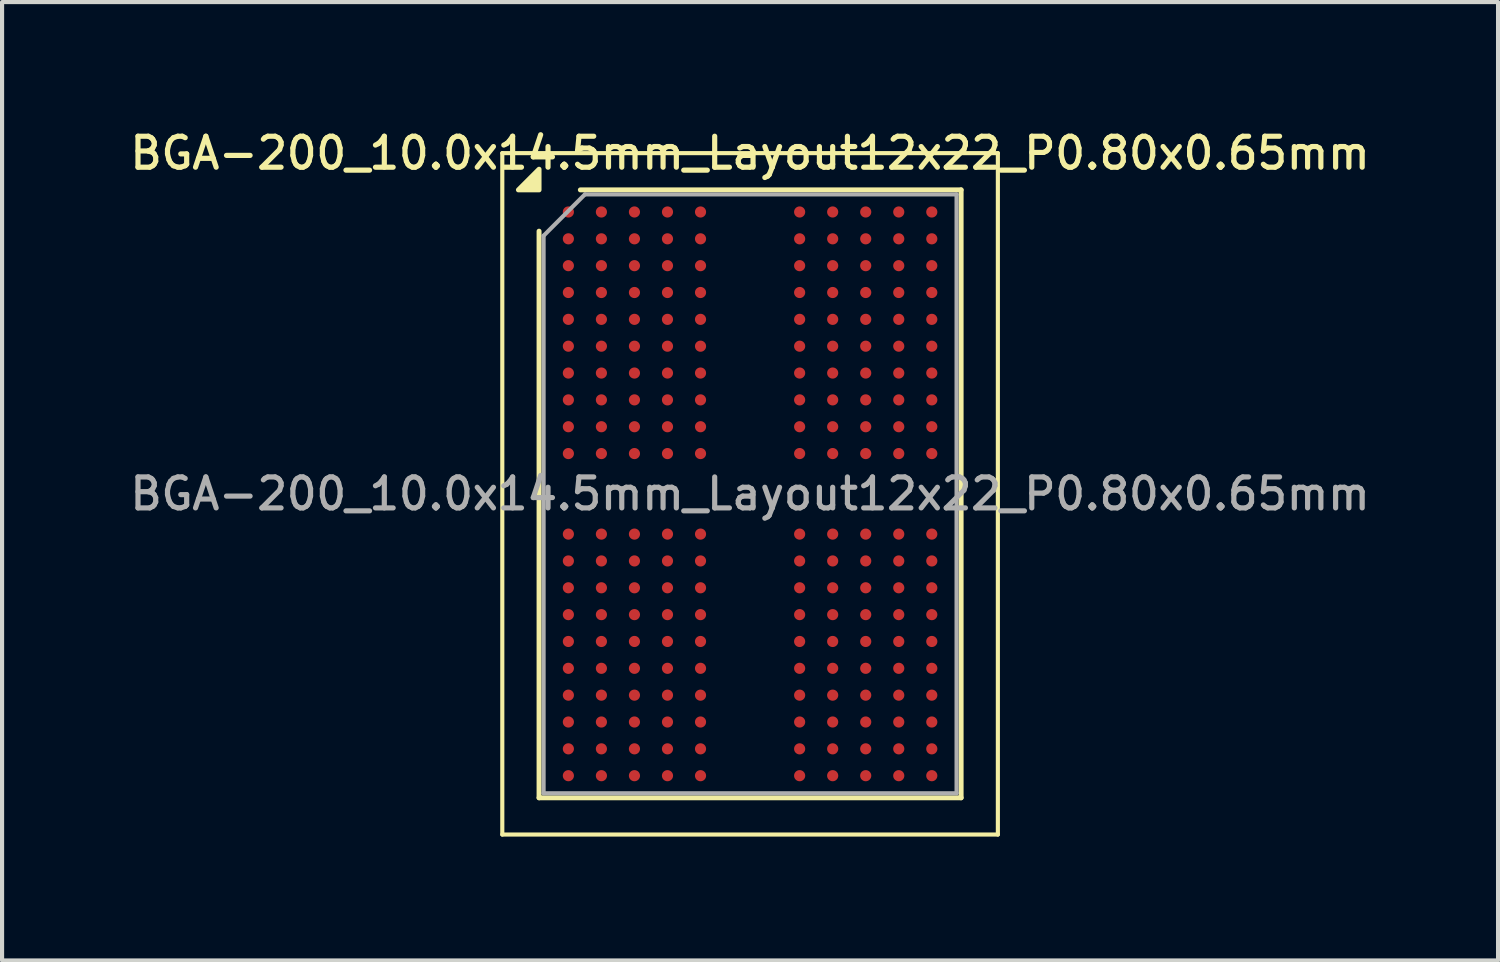
<source format=kicad_pcb>
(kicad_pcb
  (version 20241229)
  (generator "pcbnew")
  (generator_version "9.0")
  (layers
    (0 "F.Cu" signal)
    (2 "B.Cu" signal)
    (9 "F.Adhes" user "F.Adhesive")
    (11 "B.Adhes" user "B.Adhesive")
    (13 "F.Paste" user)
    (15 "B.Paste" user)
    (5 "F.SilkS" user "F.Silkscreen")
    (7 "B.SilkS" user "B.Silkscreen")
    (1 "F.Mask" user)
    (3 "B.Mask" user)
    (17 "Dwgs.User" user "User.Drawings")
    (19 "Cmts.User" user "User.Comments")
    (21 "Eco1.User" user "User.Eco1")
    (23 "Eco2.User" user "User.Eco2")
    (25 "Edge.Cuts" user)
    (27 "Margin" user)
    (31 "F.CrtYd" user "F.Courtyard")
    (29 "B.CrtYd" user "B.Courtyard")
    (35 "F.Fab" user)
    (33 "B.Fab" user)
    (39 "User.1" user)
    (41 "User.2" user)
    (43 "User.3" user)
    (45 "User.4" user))
  (footprint "BGA-200_10.0x14.5mm_Layout12x22_P0.80x0.65mm"
    (layer "F.Cu")
    (at 15.113 8.908)
    (property "Reference" "BGA-200_10.0x14.5mm_Layout12x22_P0.80x0.65mm" (at 0 -8.25 0) (layer "F.SilkS") (effects (font (size 0.75 0.75) (thickness 0.125))))
    (attr smd)
    (fp_line (start -6 -8.25) (end -6 8.25) (stroke (width 0.1) (type solid)) (layer "F.SilkS"))
    (fp_line (start -6 8.25) (end 6 8.25) (stroke (width 0.1) (type solid)) (layer "F.SilkS"))
    (fp_line (start -5.11 7.36) (end -5.11 -6.36) (stroke (width 0.12) (type solid)) (layer "F.SilkS"))
    (fp_line (start -4.11 -7.36) (end 5.11 -7.36) (stroke (width 0.12) (type solid)) (layer "F.SilkS"))
    (fp_line (start 5.11 -7.36) (end 5.11 7.36) (stroke (width 0.12) (type solid)) (layer "F.SilkS"))
    (fp_line (start 5.11 7.36) (end -5.11 7.36) (stroke (width 0.12) (type solid)) (layer "F.SilkS"))
    (fp_line (start 6 -8.25) (end -6 -8.25) (stroke (width 0.1) (type solid)) (layer "F.SilkS"))
    (fp_line (start 6 8.25) (end 6 -8.25) (stroke (width 0.1) (type solid)) (layer "F.SilkS"))
    (fp_poly (pts (xy -5.11 -7.36) (xy -5.61 -7.36) (xy -5.11 -7.86) (xy -5.11 -7.36)) (stroke (width 0.12) (type solid)) (fill yes) (layer "F.SilkS"))
    (fp_line (start -5 -6.25) (end -4 -7.25) (stroke (width 0.1) (type solid)) (layer "F.Fab"))
    (fp_line (start -5 7.25) (end -5 -6.25) (stroke (width 0.1) (type solid)) (layer "F.Fab"))
    (fp_line (start -4 -7.25) (end 5 -7.25) (stroke (width 0.1) (type solid)) (layer "F.Fab"))
    (fp_line (start 5 -7.25) (end 5 7.25) (stroke (width 0.1) (type solid)) (layer "F.Fab"))
    (fp_line (start 5 7.25) (end -5 7.25) (stroke (width 0.1) (type solid)) (layer "F.Fab"))
    (fp_text user "${REFERENCE}" (at 0 0 0) (layer "F.Fab") (effects (font (size 0.75 0.75) (thickness 0.125))))
    (pad "A1" smd circle (at -4.4 -6.825) (size 0.27 0.27) (property pad_prop_bga) (layers "F.Cu" "F.Mask" "F.Paste"))
    (pad "A2" smd circle (at -3.6 -6.825) (size 0.27 0.27) (property pad_prop_bga) (layers "F.Cu" "F.Mask" "F.Paste"))
    (pad "A3" smd circle (at -2.8 -6.825) (size 0.27 0.27) (property pad_prop_bga) (layers "F.Cu" "F.Mask" "F.Paste"))
    (pad "A4" smd circle (at -2 -6.825) (size 0.27 0.27) (property pad_prop_bga) (layers "F.Cu" "F.Mask" "F.Paste"))
    (pad "A5" smd circle (at -1.2 -6.825) (size 0.27 0.27) (property pad_prop_bga) (layers "F.Cu" "F.Mask" "F.Paste"))
    (pad "A8" smd circle (at 1.2 -6.825) (size 0.27 0.27) (property pad_prop_bga) (layers "F.Cu" "F.Mask" "F.Paste"))
    (pad "A9" smd circle (at 2 -6.825) (size 0.27 0.27) (property pad_prop_bga) (layers "F.Cu" "F.Mask" "F.Paste"))
    (pad "A10" smd circle (at 2.8 -6.825) (size 0.27 0.27) (property pad_prop_bga) (layers "F.Cu" "F.Mask" "F.Paste"))
    (pad "A11" smd circle (at 3.6 -6.825) (size 0.27 0.27) (property pad_prop_bga) (layers "F.Cu" "F.Mask" "F.Paste"))
    (pad "A12" smd circle (at 4.4 -6.825) (size 0.27 0.27) (property pad_prop_bga) (layers "F.Cu" "F.Mask" "F.Paste"))
    (pad "AA1" smd circle (at -4.4 6.175) (size 0.27 0.27) (property pad_prop_bga) (layers "F.Cu" "F.Mask" "F.Paste"))
    (pad "AA2" smd circle (at -3.6 6.175) (size 0.27 0.27) (property pad_prop_bga) (layers "F.Cu" "F.Mask" "F.Paste"))
    (pad "AA3" smd circle (at -2.8 6.175) (size 0.27 0.27) (property pad_prop_bga) (layers "F.Cu" "F.Mask" "F.Paste"))
    (pad "AA4" smd circle (at -2 6.175) (size 0.27 0.27) (property pad_prop_bga) (layers "F.Cu" "F.Mask" "F.Paste"))
    (pad "AA5" smd circle (at -1.2 6.175) (size 0.27 0.27) (property pad_prop_bga) (layers "F.Cu" "F.Mask" "F.Paste"))
    (pad "AA8" smd circle (at 1.2 6.175) (size 0.27 0.27) (property pad_prop_bga) (layers "F.Cu" "F.Mask" "F.Paste"))
    (pad "AA9" smd circle (at 2 6.175) (size 0.27 0.27) (property pad_prop_bga) (layers "F.Cu" "F.Mask" "F.Paste"))
    (pad "AA10" smd circle (at 2.8 6.175) (size 0.27 0.27) (property pad_prop_bga) (layers "F.Cu" "F.Mask" "F.Paste"))
    (pad "AA11" smd circle (at 3.6 6.175) (size 0.27 0.27) (property pad_prop_bga) (layers "F.Cu" "F.Mask" "F.Paste"))
    (pad "AA12" smd circle (at 4.4 6.175) (size 0.27 0.27) (property pad_prop_bga) (layers "F.Cu" "F.Mask" "F.Paste"))
    (pad "AB1" smd circle (at -4.4 6.825) (size 0.27 0.27) (property pad_prop_bga) (layers "F.Cu" "F.Mask" "F.Paste"))
    (pad "AB2" smd circle (at -3.6 6.825) (size 0.27 0.27) (property pad_prop_bga) (layers "F.Cu" "F.Mask" "F.Paste"))
    (pad "AB3" smd circle (at -2.8 6.825) (size 0.27 0.27) (property pad_prop_bga) (layers "F.Cu" "F.Mask" "F.Paste"))
    (pad "AB4" smd circle (at -2 6.825) (size 0.27 0.27) (property pad_prop_bga) (layers "F.Cu" "F.Mask" "F.Paste"))
    (pad "AB5" smd circle (at -1.2 6.825) (size 0.27 0.27) (property pad_prop_bga) (layers "F.Cu" "F.Mask" "F.Paste"))
    (pad "AB8" smd circle (at 1.2 6.825) (size 0.27 0.27) (property pad_prop_bga) (layers "F.Cu" "F.Mask" "F.Paste"))
    (pad "AB9" smd circle (at 2 6.825) (size 0.27 0.27) (property pad_prop_bga) (layers "F.Cu" "F.Mask" "F.Paste"))
    (pad "AB10" smd circle (at 2.8 6.825) (size 0.27 0.27) (property pad_prop_bga) (layers "F.Cu" "F.Mask" "F.Paste"))
    (pad "AB11" smd circle (at 3.6 6.825) (size 0.27 0.27) (property pad_prop_bga) (layers "F.Cu" "F.Mask" "F.Paste"))
    (pad "AB12" smd circle (at 4.4 6.825) (size 0.27 0.27) (property pad_prop_bga) (layers "F.Cu" "F.Mask" "F.Paste"))
    (pad "B1" smd circle (at -4.4 -6.175) (size 0.27 0.27) (property pad_prop_bga) (layers "F.Cu" "F.Mask" "F.Paste"))
    (pad "B2" smd circle (at -3.6 -6.175) (size 0.27 0.27) (property pad_prop_bga) (layers "F.Cu" "F.Mask" "F.Paste"))
    (pad "B3" smd circle (at -2.8 -6.175) (size 0.27 0.27) (property pad_prop_bga) (layers "F.Cu" "F.Mask" "F.Paste"))
    (pad "B4" smd circle (at -2 -6.175) (size 0.27 0.27) (property pad_prop_bga) (layers "F.Cu" "F.Mask" "F.Paste"))
    (pad "B5" smd circle (at -1.2 -6.175) (size 0.27 0.27) (property pad_prop_bga) (layers "F.Cu" "F.Mask" "F.Paste"))
    (pad "B8" smd circle (at 1.2 -6.175) (size 0.27 0.27) (property pad_prop_bga) (layers "F.Cu" "F.Mask" "F.Paste"))
    (pad "B9" smd circle (at 2 -6.175) (size 0.27 0.27) (property pad_prop_bga) (layers "F.Cu" "F.Mask" "F.Paste"))
    (pad "B10" smd circle (at 2.8 -6.175) (size 0.27 0.27) (property pad_prop_bga) (layers "F.Cu" "F.Mask" "F.Paste"))
    (pad "B11" smd circle (at 3.6 -6.175) (size 0.27 0.27) (property pad_prop_bga) (layers "F.Cu" "F.Mask" "F.Paste"))
    (pad "B12" smd circle (at 4.4 -6.175) (size 0.27 0.27) (property pad_prop_bga) (layers "F.Cu" "F.Mask" "F.Paste"))
    (pad "C1" smd circle (at -4.4 -5.525) (size 0.27 0.27) (property pad_prop_bga) (layers "F.Cu" "F.Mask" "F.Paste"))
    (pad "C2" smd circle (at -3.6 -5.525) (size 0.27 0.27) (property pad_prop_bga) (layers "F.Cu" "F.Mask" "F.Paste"))
    (pad "C3" smd circle (at -2.8 -5.525) (size 0.27 0.27) (property pad_prop_bga) (layers "F.Cu" "F.Mask" "F.Paste"))
    (pad "C4" smd circle (at -2 -5.525) (size 0.27 0.27) (property pad_prop_bga) (layers "F.Cu" "F.Mask" "F.Paste"))
    (pad "C5" smd circle (at -1.2 -5.525) (size 0.27 0.27) (property pad_prop_bga) (layers "F.Cu" "F.Mask" "F.Paste"))
    (pad "C8" smd circle (at 1.2 -5.525) (size 0.27 0.27) (property pad_prop_bga) (layers "F.Cu" "F.Mask" "F.Paste"))
    (pad "C9" smd circle (at 2 -5.525) (size 0.27 0.27) (property pad_prop_bga) (layers "F.Cu" "F.Mask" "F.Paste"))
    (pad "C10" smd circle (at 2.8 -5.525) (size 0.27 0.27) (property pad_prop_bga) (layers "F.Cu" "F.Mask" "F.Paste"))
    (pad "C11" smd circle (at 3.6 -5.525) (size 0.27 0.27) (property pad_prop_bga) (layers "F.Cu" "F.Mask" "F.Paste"))
    (pad "C12" smd circle (at 4.4 -5.525) (size 0.27 0.27) (property pad_prop_bga) (layers "F.Cu" "F.Mask" "F.Paste"))
    (pad "D1" smd circle (at -4.4 -4.875) (size 0.27 0.27) (property pad_prop_bga) (layers "F.Cu" "F.Mask" "F.Paste"))
    (pad "D2" smd circle (at -3.6 -4.875) (size 0.27 0.27) (property pad_prop_bga) (layers "F.Cu" "F.Mask" "F.Paste"))
    (pad "D3" smd circle (at -2.8 -4.875) (size 0.27 0.27) (property pad_prop_bga) (layers "F.Cu" "F.Mask" "F.Paste"))
    (pad "D4" smd circle (at -2 -4.875) (size 0.27 0.27) (property pad_prop_bga) (layers "F.Cu" "F.Mask" "F.Paste"))
    (pad "D5" smd circle (at -1.2 -4.875) (size 0.27 0.27) (property pad_prop_bga) (layers "F.Cu" "F.Mask" "F.Paste"))
    (pad "D8" smd circle (at 1.2 -4.875) (size 0.27 0.27) (property pad_prop_bga) (layers "F.Cu" "F.Mask" "F.Paste"))
    (pad "D9" smd circle (at 2 -4.875) (size 0.27 0.27) (property pad_prop_bga) (layers "F.Cu" "F.Mask" "F.Paste"))
    (pad "D10" smd circle (at 2.8 -4.875) (size 0.27 0.27) (property pad_prop_bga) (layers "F.Cu" "F.Mask" "F.Paste"))
    (pad "D11" smd circle (at 3.6 -4.875) (size 0.27 0.27) (property pad_prop_bga) (layers "F.Cu" "F.Mask" "F.Paste"))
    (pad "D12" smd circle (at 4.4 -4.875) (size 0.27 0.27) (property pad_prop_bga) (layers "F.Cu" "F.Mask" "F.Paste"))
    (pad "E1" smd circle (at -4.4 -4.225) (size 0.27 0.27) (property pad_prop_bga) (layers "F.Cu" "F.Mask" "F.Paste"))
    (pad "E2" smd circle (at -3.6 -4.225) (size 0.27 0.27) (property pad_prop_bga) (layers "F.Cu" "F.Mask" "F.Paste"))
    (pad "E3" smd circle (at -2.8 -4.225) (size 0.27 0.27) (property pad_prop_bga) (layers "F.Cu" "F.Mask" "F.Paste"))
    (pad "E4" smd circle (at -2 -4.225) (size 0.27 0.27) (property pad_prop_bga) (layers "F.Cu" "F.Mask" "F.Paste"))
    (pad "E5" smd circle (at -1.2 -4.225) (size 0.27 0.27) (property pad_prop_bga) (layers "F.Cu" "F.Mask" "F.Paste"))
    (pad "E8" smd circle (at 1.2 -4.225) (size 0.27 0.27) (property pad_prop_bga) (layers "F.Cu" "F.Mask" "F.Paste"))
    (pad "E9" smd circle (at 2 -4.225) (size 0.27 0.27) (property pad_prop_bga) (layers "F.Cu" "F.Mask" "F.Paste"))
    (pad "E10" smd circle (at 2.8 -4.225) (size 0.27 0.27) (property pad_prop_bga) (layers "F.Cu" "F.Mask" "F.Paste"))
    (pad "E11" smd circle (at 3.6 -4.225) (size 0.27 0.27) (property pad_prop_bga) (layers "F.Cu" "F.Mask" "F.Paste"))
    (pad "E12" smd circle (at 4.4 -4.225) (size 0.27 0.27) (property pad_prop_bga) (layers "F.Cu" "F.Mask" "F.Paste"))
    (pad "F1" smd circle (at -4.4 -3.575) (size 0.27 0.27) (property pad_prop_bga) (layers "F.Cu" "F.Mask" "F.Paste"))
    (pad "F2" smd circle (at -3.6 -3.575) (size 0.27 0.27) (property pad_prop_bga) (layers "F.Cu" "F.Mask" "F.Paste"))
    (pad "F3" smd circle (at -2.8 -3.575) (size 0.27 0.27) (property pad_prop_bga) (layers "F.Cu" "F.Mask" "F.Paste"))
    (pad "F4" smd circle (at -2 -3.575) (size 0.27 0.27) (property pad_prop_bga) (layers "F.Cu" "F.Mask" "F.Paste"))
    (pad "F5" smd circle (at -1.2 -3.575) (size 0.27 0.27) (property pad_prop_bga) (layers "F.Cu" "F.Mask" "F.Paste"))
    (pad "F8" smd circle (at 1.2 -3.575) (size 0.27 0.27) (property pad_prop_bga) (layers "F.Cu" "F.Mask" "F.Paste"))
    (pad "F9" smd circle (at 2 -3.575) (size 0.27 0.27) (property pad_prop_bga) (layers "F.Cu" "F.Mask" "F.Paste"))
    (pad "F10" smd circle (at 2.8 -3.575) (size 0.27 0.27) (property pad_prop_bga) (layers "F.Cu" "F.Mask" "F.Paste"))
    (pad "F11" smd circle (at 3.6 -3.575) (size 0.27 0.27) (property pad_prop_bga) (layers "F.Cu" "F.Mask" "F.Paste"))
    (pad "F12" smd circle (at 4.4 -3.575) (size 0.27 0.27) (property pad_prop_bga) (layers "F.Cu" "F.Mask" "F.Paste"))
    (pad "G1" smd circle (at -4.4 -2.925) (size 0.27 0.27) (property pad_prop_bga) (layers "F.Cu" "F.Mask" "F.Paste"))
    (pad "G2" smd circle (at -3.6 -2.925) (size 0.27 0.27) (property pad_prop_bga) (layers "F.Cu" "F.Mask" "F.Paste"))
    (pad "G3" smd circle (at -2.8 -2.925) (size 0.27 0.27) (property pad_prop_bga) (layers "F.Cu" "F.Mask" "F.Paste"))
    (pad "G4" smd circle (at -2 -2.925) (size 0.27 0.27) (property pad_prop_bga) (layers "F.Cu" "F.Mask" "F.Paste"))
    (pad "G5" smd circle (at -1.2 -2.925) (size 0.27 0.27) (property pad_prop_bga) (layers "F.Cu" "F.Mask" "F.Paste"))
    (pad "G8" smd circle (at 1.2 -2.925) (size 0.27 0.27) (property pad_prop_bga) (layers "F.Cu" "F.Mask" "F.Paste"))
    (pad "G9" smd circle (at 2 -2.925) (size 0.27 0.27) (property pad_prop_bga) (layers "F.Cu" "F.Mask" "F.Paste"))
    (pad "G10" smd circle (at 2.8 -2.925) (size 0.27 0.27) (property pad_prop_bga) (layers "F.Cu" "F.Mask" "F.Paste"))
    (pad "G11" smd circle (at 3.6 -2.925) (size 0.27 0.27) (property pad_prop_bga) (layers "F.Cu" "F.Mask" "F.Paste"))
    (pad "G12" smd circle (at 4.4 -2.925) (size 0.27 0.27) (property pad_prop_bga) (layers "F.Cu" "F.Mask" "F.Paste"))
    (pad "H1" smd circle (at -4.4 -2.275) (size 0.27 0.27) (property pad_prop_bga) (layers "F.Cu" "F.Mask" "F.Paste"))
    (pad "H2" smd circle (at -3.6 -2.275) (size 0.27 0.27) (property pad_prop_bga) (layers "F.Cu" "F.Mask" "F.Paste"))
    (pad "H3" smd circle (at -2.8 -2.275) (size 0.27 0.27) (property pad_prop_bga) (layers "F.Cu" "F.Mask" "F.Paste"))
    (pad "H4" smd circle (at -2 -2.275) (size 0.27 0.27) (property pad_prop_bga) (layers "F.Cu" "F.Mask" "F.Paste"))
    (pad "H5" smd circle (at -1.2 -2.275) (size 0.27 0.27) (property pad_prop_bga) (layers "F.Cu" "F.Mask" "F.Paste"))
    (pad "H8" smd circle (at 1.2 -2.275) (size 0.27 0.27) (property pad_prop_bga) (layers "F.Cu" "F.Mask" "F.Paste"))
    (pad "H9" smd circle (at 2 -2.275) (size 0.27 0.27) (property pad_prop_bga) (layers "F.Cu" "F.Mask" "F.Paste"))
    (pad "H10" smd circle (at 2.8 -2.275) (size 0.27 0.27) (property pad_prop_bga) (layers "F.Cu" "F.Mask" "F.Paste"))
    (pad "H11" smd circle (at 3.6 -2.275) (size 0.27 0.27) (property pad_prop_bga) (layers "F.Cu" "F.Mask" "F.Paste"))
    (pad "H12" smd circle (at 4.4 -2.275) (size 0.27 0.27) (property pad_prop_bga) (layers "F.Cu" "F.Mask" "F.Paste"))
    (pad "J1" smd circle (at -4.4 -1.625) (size 0.27 0.27) (property pad_prop_bga) (layers "F.Cu" "F.Mask" "F.Paste"))
    (pad "J2" smd circle (at -3.6 -1.625) (size 0.27 0.27) (property pad_prop_bga) (layers "F.Cu" "F.Mask" "F.Paste"))
    (pad "J3" smd circle (at -2.8 -1.625) (size 0.27 0.27) (property pad_prop_bga) (layers "F.Cu" "F.Mask" "F.Paste"))
    (pad "J4" smd circle (at -2 -1.625) (size 0.27 0.27) (property pad_prop_bga) (layers "F.Cu" "F.Mask" "F.Paste"))
    (pad "J5" smd circle (at -1.2 -1.625) (size 0.27 0.27) (property pad_prop_bga) (layers "F.Cu" "F.Mask" "F.Paste"))
    (pad "J8" smd circle (at 1.2 -1.625) (size 0.27 0.27) (property pad_prop_bga) (layers "F.Cu" "F.Mask" "F.Paste"))
    (pad "J9" smd circle (at 2 -1.625) (size 0.27 0.27) (property pad_prop_bga) (layers "F.Cu" "F.Mask" "F.Paste"))
    (pad "J10" smd circle (at 2.8 -1.625) (size 0.27 0.27) (property pad_prop_bga) (layers "F.Cu" "F.Mask" "F.Paste"))
    (pad "J11" smd circle (at 3.6 -1.625) (size 0.27 0.27) (property pad_prop_bga) (layers "F.Cu" "F.Mask" "F.Paste"))
    (pad "J12" smd circle (at 4.4 -1.625) (size 0.27 0.27) (property pad_prop_bga) (layers "F.Cu" "F.Mask" "F.Paste"))
    (pad "K1" smd circle (at -4.4 -0.975) (size 0.27 0.27) (property pad_prop_bga) (layers "F.Cu" "F.Mask" "F.Paste"))
    (pad "K2" smd circle (at -3.6 -0.975) (size 0.27 0.27) (property pad_prop_bga) (layers "F.Cu" "F.Mask" "F.Paste"))
    (pad "K3" smd circle (at -2.8 -0.975) (size 0.27 0.27) (property pad_prop_bga) (layers "F.Cu" "F.Mask" "F.Paste"))
    (pad "K4" smd circle (at -2 -0.975) (size 0.27 0.27) (property pad_prop_bga) (layers "F.Cu" "F.Mask" "F.Paste"))
    (pad "K5" smd circle (at -1.2 -0.975) (size 0.27 0.27) (property pad_prop_bga) (layers "F.Cu" "F.Mask" "F.Paste"))
    (pad "K8" smd circle (at 1.2 -0.975) (size 0.27 0.27) (property pad_prop_bga) (layers "F.Cu" "F.Mask" "F.Paste"))
    (pad "K9" smd circle (at 2 -0.975) (size 0.27 0.27) (property pad_prop_bga) (layers "F.Cu" "F.Mask" "F.Paste"))
    (pad "K10" smd circle (at 2.8 -0.975) (size 0.27 0.27) (property pad_prop_bga) (layers "F.Cu" "F.Mask" "F.Paste"))
    (pad "K11" smd circle (at 3.6 -0.975) (size 0.27 0.27) (property pad_prop_bga) (layers "F.Cu" "F.Mask" "F.Paste"))
    (pad "K12" smd circle (at 4.4 -0.975) (size 0.27 0.27) (property pad_prop_bga) (layers "F.Cu" "F.Mask" "F.Paste"))
    (pad "N1" smd circle (at -4.4 0.975) (size 0.27 0.27) (property pad_prop_bga) (layers "F.Cu" "F.Mask" "F.Paste"))
    (pad "N2" smd circle (at -3.6 0.975) (size 0.27 0.27) (property pad_prop_bga) (layers "F.Cu" "F.Mask" "F.Paste"))
    (pad "N3" smd circle (at -2.8 0.975) (size 0.27 0.27) (property pad_prop_bga) (layers "F.Cu" "F.Mask" "F.Paste"))
    (pad "N4" smd circle (at -2 0.975) (size 0.27 0.27) (property pad_prop_bga) (layers "F.Cu" "F.Mask" "F.Paste"))
    (pad "N5" smd circle (at -1.2 0.975) (size 0.27 0.27) (property pad_prop_bga) (layers "F.Cu" "F.Mask" "F.Paste"))
    (pad "N8" smd circle (at 1.2 0.975) (size 0.27 0.27) (property pad_prop_bga) (layers "F.Cu" "F.Mask" "F.Paste"))
    (pad "N9" smd circle (at 2 0.975) (size 0.27 0.27) (property pad_prop_bga) (layers "F.Cu" "F.Mask" "F.Paste"))
    (pad "N10" smd circle (at 2.8 0.975) (size 0.27 0.27) (property pad_prop_bga) (layers "F.Cu" "F.Mask" "F.Paste"))
    (pad "N11" smd circle (at 3.6 0.975) (size 0.27 0.27) (property pad_prop_bga) (layers "F.Cu" "F.Mask" "F.Paste"))
    (pad "N12" smd circle (at 4.4 0.975) (size 0.27 0.27) (property pad_prop_bga) (layers "F.Cu" "F.Mask" "F.Paste"))
    (pad "P1" smd circle (at -4.4 1.625) (size 0.27 0.27) (property pad_prop_bga) (layers "F.Cu" "F.Mask" "F.Paste"))
    (pad "P2" smd circle (at -3.6 1.625) (size 0.27 0.27) (property pad_prop_bga) (layers "F.Cu" "F.Mask" "F.Paste"))
    (pad "P3" smd circle (at -2.8 1.625) (size 0.27 0.27) (property pad_prop_bga) (layers "F.Cu" "F.Mask" "F.Paste"))
    (pad "P4" smd circle (at -2 1.625) (size 0.27 0.27) (property pad_prop_bga) (layers "F.Cu" "F.Mask" "F.Paste"))
    (pad "P5" smd circle (at -1.2 1.625) (size 0.27 0.27) (property pad_prop_bga) (layers "F.Cu" "F.Mask" "F.Paste"))
    (pad "P8" smd circle (at 1.2 1.625) (size 0.27 0.27) (property pad_prop_bga) (layers "F.Cu" "F.Mask" "F.Paste"))
    (pad "P9" smd circle (at 2 1.625) (size 0.27 0.27) (property pad_prop_bga) (layers "F.Cu" "F.Mask" "F.Paste"))
    (pad "P10" smd circle (at 2.8 1.625) (size 0.27 0.27) (property pad_prop_bga) (layers "F.Cu" "F.Mask" "F.Paste"))
    (pad "P11" smd circle (at 3.6 1.625) (size 0.27 0.27) (property pad_prop_bga) (layers "F.Cu" "F.Mask" "F.Paste"))
    (pad "P12" smd circle (at 4.4 1.625) (size 0.27 0.27) (property pad_prop_bga) (layers "F.Cu" "F.Mask" "F.Paste"))
    (pad "R1" smd circle (at -4.4 2.275) (size 0.27 0.27) (property pad_prop_bga) (layers "F.Cu" "F.Mask" "F.Paste"))
    (pad "R2" smd circle (at -3.6 2.275) (size 0.27 0.27) (property pad_prop_bga) (layers "F.Cu" "F.Mask" "F.Paste"))
    (pad "R3" smd circle (at -2.8 2.275) (size 0.27 0.27) (property pad_prop_bga) (layers "F.Cu" "F.Mask" "F.Paste"))
    (pad "R4" smd circle (at -2 2.275) (size 0.27 0.27) (property pad_prop_bga) (layers "F.Cu" "F.Mask" "F.Paste"))
    (pad "R5" smd circle (at -1.2 2.275) (size 0.27 0.27) (property pad_prop_bga) (layers "F.Cu" "F.Mask" "F.Paste"))
    (pad "R8" smd circle (at 1.2 2.275) (size 0.27 0.27) (property pad_prop_bga) (layers "F.Cu" "F.Mask" "F.Paste"))
    (pad "R9" smd circle (at 2 2.275) (size 0.27 0.27) (property pad_prop_bga) (layers "F.Cu" "F.Mask" "F.Paste"))
    (pad "R10" smd circle (at 2.8 2.275) (size 0.27 0.27) (property pad_prop_bga) (layers "F.Cu" "F.Mask" "F.Paste"))
    (pad "R11" smd circle (at 3.6 2.275) (size 0.27 0.27) (property pad_prop_bga) (layers "F.Cu" "F.Mask" "F.Paste"))
    (pad "R12" smd circle (at 4.4 2.275) (size 0.27 0.27) (property pad_prop_bga) (layers "F.Cu" "F.Mask" "F.Paste"))
    (pad "T1" smd circle (at -4.4 2.925) (size 0.27 0.27) (property pad_prop_bga) (layers "F.Cu" "F.Mask" "F.Paste"))
    (pad "T2" smd circle (at -3.6 2.925) (size 0.27 0.27) (property pad_prop_bga) (layers "F.Cu" "F.Mask" "F.Paste"))
    (pad "T3" smd circle (at -2.8 2.925) (size 0.27 0.27) (property pad_prop_bga) (layers "F.Cu" "F.Mask" "F.Paste"))
    (pad "T4" smd circle (at -2 2.925) (size 0.27 0.27) (property pad_prop_bga) (layers "F.Cu" "F.Mask" "F.Paste"))
    (pad "T5" smd circle (at -1.2 2.925) (size 0.27 0.27) (property pad_prop_bga) (layers "F.Cu" "F.Mask" "F.Paste"))
    (pad "T8" smd circle (at 1.2 2.925) (size 0.27 0.27) (property pad_prop_bga) (layers "F.Cu" "F.Mask" "F.Paste"))
    (pad "T9" smd circle (at 2 2.925) (size 0.27 0.27) (property pad_prop_bga) (layers "F.Cu" "F.Mask" "F.Paste"))
    (pad "T10" smd circle (at 2.8 2.925) (size 0.27 0.27) (property pad_prop_bga) (layers "F.Cu" "F.Mask" "F.Paste"))
    (pad "T11" smd circle (at 3.6 2.925) (size 0.27 0.27) (property pad_prop_bga) (layers "F.Cu" "F.Mask" "F.Paste"))
    (pad "T12" smd circle (at 4.4 2.925) (size 0.27 0.27) (property pad_prop_bga) (layers "F.Cu" "F.Mask" "F.Paste"))
    (pad "U1" smd circle (at -4.4 3.575) (size 0.27 0.27) (property pad_prop_bga) (layers "F.Cu" "F.Mask" "F.Paste"))
    (pad "U2" smd circle (at -3.6 3.575) (size 0.27 0.27) (property pad_prop_bga) (layers "F.Cu" "F.Mask" "F.Paste"))
    (pad "U3" smd circle (at -2.8 3.575) (size 0.27 0.27) (property pad_prop_bga) (layers "F.Cu" "F.Mask" "F.Paste"))
    (pad "U4" smd circle (at -2 3.575) (size 0.27 0.27) (property pad_prop_bga) (layers "F.Cu" "F.Mask" "F.Paste"))
    (pad "U5" smd circle (at -1.2 3.575) (size 0.27 0.27) (property pad_prop_bga) (layers "F.Cu" "F.Mask" "F.Paste"))
    (pad "U8" smd circle (at 1.2 3.575) (size 0.27 0.27) (property pad_prop_bga) (layers "F.Cu" "F.Mask" "F.Paste"))
    (pad "U9" smd circle (at 2 3.575) (size 0.27 0.27) (property pad_prop_bga) (layers "F.Cu" "F.Mask" "F.Paste"))
    (pad "U10" smd circle (at 2.8 3.575) (size 0.27 0.27) (property pad_prop_bga) (layers "F.Cu" "F.Mask" "F.Paste"))
    (pad "U11" smd circle (at 3.6 3.575) (size 0.27 0.27) (property pad_prop_bga) (layers "F.Cu" "F.Mask" "F.Paste"))
    (pad "U12" smd circle (at 4.4 3.575) (size 0.27 0.27) (property pad_prop_bga) (layers "F.Cu" "F.Mask" "F.Paste"))
    (pad "V1" smd circle (at -4.4 4.225) (size 0.27 0.27) (property pad_prop_bga) (layers "F.Cu" "F.Mask" "F.Paste"))
    (pad "V2" smd circle (at -3.6 4.225) (size 0.27 0.27) (property pad_prop_bga) (layers "F.Cu" "F.Mask" "F.Paste"))
    (pad "V3" smd circle (at -2.8 4.225) (size 0.27 0.27) (property pad_prop_bga) (layers "F.Cu" "F.Mask" "F.Paste"))
    (pad "V4" smd circle (at -2 4.225) (size 0.27 0.27) (property pad_prop_bga) (layers "F.Cu" "F.Mask" "F.Paste"))
    (pad "V5" smd circle (at -1.2 4.225) (size 0.27 0.27) (property pad_prop_bga) (layers "F.Cu" "F.Mask" "F.Paste"))
    (pad "V8" smd circle (at 1.2 4.225) (size 0.27 0.27) (property pad_prop_bga) (layers "F.Cu" "F.Mask" "F.Paste"))
    (pad "V9" smd circle (at 2 4.225) (size 0.27 0.27) (property pad_prop_bga) (layers "F.Cu" "F.Mask" "F.Paste"))
    (pad "V10" smd circle (at 2.8 4.225) (size 0.27 0.27) (property pad_prop_bga) (layers "F.Cu" "F.Mask" "F.Paste"))
    (pad "V11" smd circle (at 3.6 4.225) (size 0.27 0.27) (property pad_prop_bga) (layers "F.Cu" "F.Mask" "F.Paste"))
    (pad "V12" smd circle (at 4.4 4.225) (size 0.27 0.27) (property pad_prop_bga) (layers "F.Cu" "F.Mask" "F.Paste"))
    (pad "W1" smd circle (at -4.4 4.875) (size 0.27 0.27) (property pad_prop_bga) (layers "F.Cu" "F.Mask" "F.Paste"))
    (pad "W2" smd circle (at -3.6 4.875) (size 0.27 0.27) (property pad_prop_bga) (layers "F.Cu" "F.Mask" "F.Paste"))
    (pad "W3" smd circle (at -2.8 4.875) (size 0.27 0.27) (property pad_prop_bga) (layers "F.Cu" "F.Mask" "F.Paste"))
    (pad "W4" smd circle (at -2 4.875) (size 0.27 0.27) (property pad_prop_bga) (layers "F.Cu" "F.Mask" "F.Paste"))
    (pad "W5" smd circle (at -1.2 4.875) (size 0.27 0.27) (property pad_prop_bga) (layers "F.Cu" "F.Mask" "F.Paste"))
    (pad "W8" smd circle (at 1.2 4.875) (size 0.27 0.27) (property pad_prop_bga) (layers "F.Cu" "F.Mask" "F.Paste"))
    (pad "W9" smd circle (at 2 4.875) (size 0.27 0.27) (property pad_prop_bga) (layers "F.Cu" "F.Mask" "F.Paste"))
    (pad "W10" smd circle (at 2.8 4.875) (size 0.27 0.27) (property pad_prop_bga) (layers "F.Cu" "F.Mask" "F.Paste"))
    (pad "W11" smd circle (at 3.6 4.875) (size 0.27 0.27) (property pad_prop_bga) (layers "F.Cu" "F.Mask" "F.Paste"))
    (pad "W12" smd circle (at 4.4 4.875) (size 0.27 0.27) (property pad_prop_bga) (layers "F.Cu" "F.Mask" "F.Paste"))
    (pad "Y1" smd circle (at -4.4 5.525) (size 0.27 0.27) (property pad_prop_bga) (layers "F.Cu" "F.Mask" "F.Paste"))
    (pad "Y2" smd circle (at -3.6 5.525) (size 0.27 0.27) (property pad_prop_bga) (layers "F.Cu" "F.Mask" "F.Paste"))
    (pad "Y3" smd circle (at -2.8 5.525) (size 0.27 0.27) (property pad_prop_bga) (layers "F.Cu" "F.Mask" "F.Paste"))
    (pad "Y4" smd circle (at -2 5.525) (size 0.27 0.27) (property pad_prop_bga) (layers "F.Cu" "F.Mask" "F.Paste"))
    (pad "Y5" smd circle (at -1.2 5.525) (size 0.27 0.27) (property pad_prop_bga) (layers "F.Cu" "F.Mask" "F.Paste"))
    (pad "Y8" smd circle (at 1.2 5.525) (size 0.27 0.27) (property pad_prop_bga) (layers "F.Cu" "F.Mask" "F.Paste"))
    (pad "Y9" smd circle (at 2 5.525) (size 0.27 0.27) (property pad_prop_bga) (layers "F.Cu" "F.Mask" "F.Paste"))
    (pad "Y10" smd circle (at 2.8 5.525) (size 0.27 0.27) (property pad_prop_bga) (layers "F.Cu" "F.Mask" "F.Paste"))
    (pad "Y11" smd circle (at 3.6 5.525) (size 0.27 0.27) (property pad_prop_bga) (layers "F.Cu" "F.Mask" "F.Paste"))
    (pad "Y12" smd circle (at 4.4 5.525) (size 0.27 0.27) (property pad_prop_bga) (layers "F.Cu" "F.Mask" "F.Paste")))
  (gr_rect
    (start -3 -3)
    (end 33.225 20.208)
    (stroke (width 0.1) (type default))
    (fill no)
    (layer "Edge.Cuts")))
</source>
